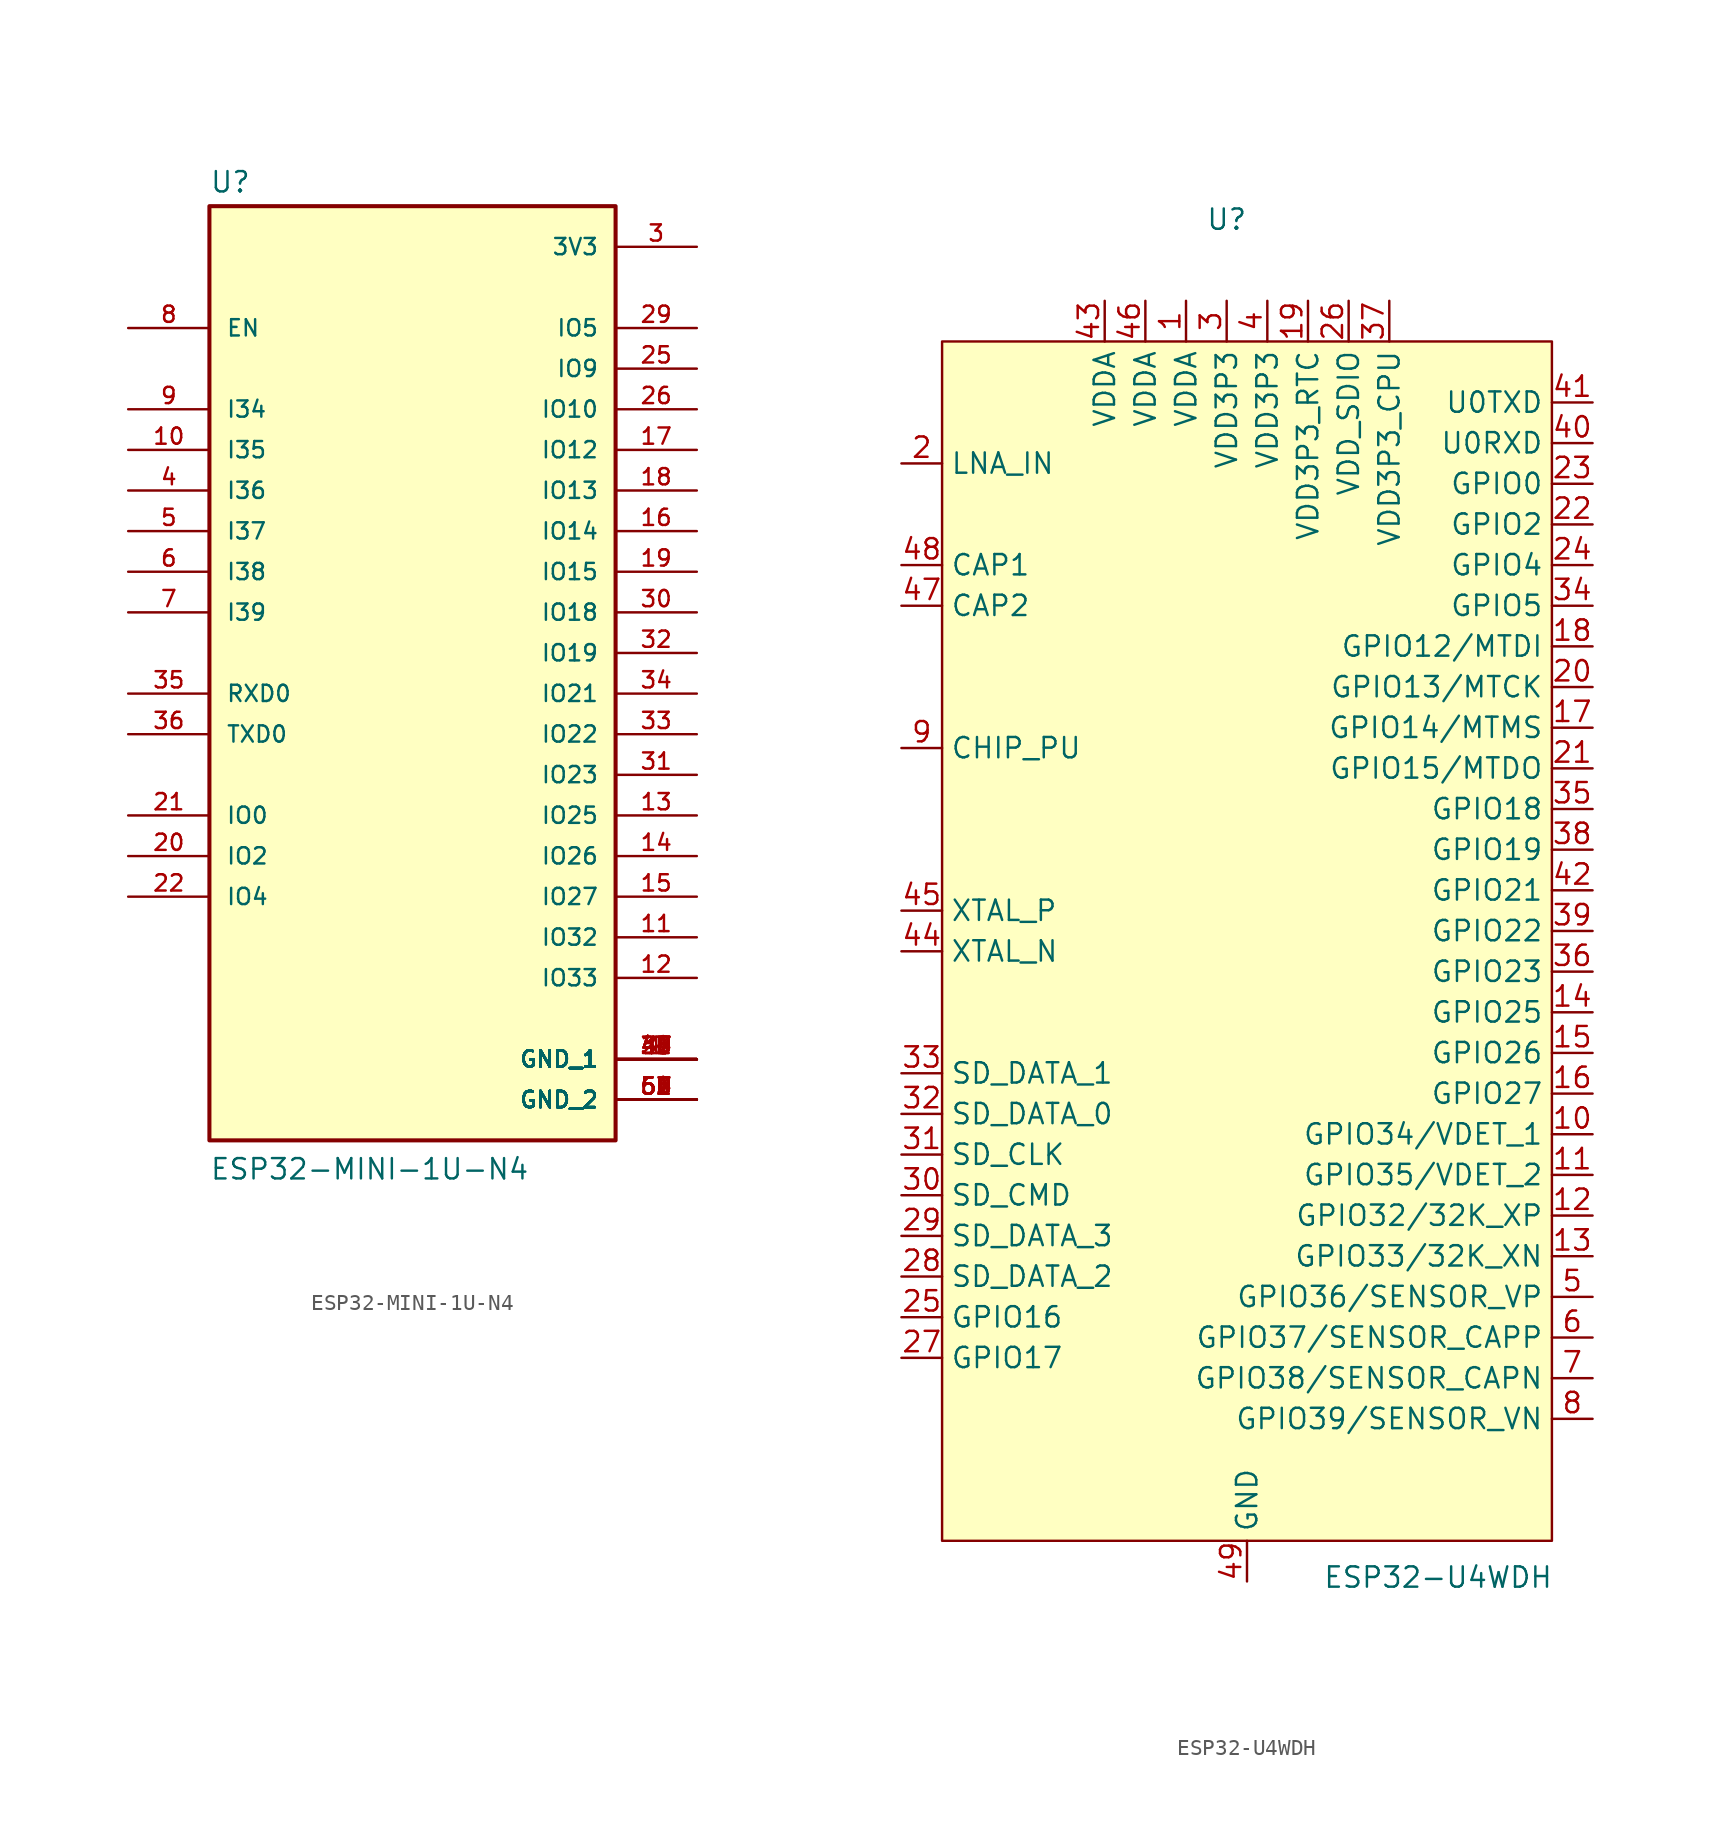
<source format=kicad_sym>
(kicad_symbol_lib
  (version 20231120)
  (generator "kicad_symbol_editor")
  (generator_version "8.0")
  (symbol "ESP32-MINI-1U-N4"
    (pin_names
      (offset 1.016))
    (property "Reference" "U"
      (at -12.7 28.702 0)
      (effects (font (size 1.27 1.27)) (justify left bottom)))
    (property "Value" "ESP32-MINI-1U-N4"
      (at -12.7 -33.02 0)
      (effects (font (size 1.27 1.27)) (justify left bottom)))
    (symbol "ESP32-MINI-1U-N4_0_0"
      (rectangle (start -12.7 -30.48) (end 12.7 27.94) (stroke (width 0.254) (type default)) (fill (type background)))
      (pin power_in line (at 17.78 -25.4 180) (length 5.08) (name "GND_1" (effects (font (size 1.016 1.016)))) (number "1" (effects (font (size 1.016 1.016)))))
      (pin input line (at -17.78 12.7 0) (length 5.08) (name "I35" (effects (font (size 1.016 1.016)))) (number "10" (effects (font (size 1.016 1.016)))))
      (pin bidirectional line (at 17.78 -17.78 180) (length 5.08) (name "IO32" (effects (font (size 1.016 1.016)))) (number "11" (effects (font (size 1.016 1.016)))))
      (pin bidirectional line (at 17.78 -20.32 180) (length 5.08) (name "IO33" (effects (font (size 1.016 1.016)))) (number "12" (effects (font (size 1.016 1.016)))))
      (pin bidirectional line (at 17.78 -10.16 180) (length 5.08) (name "IO25" (effects (font (size 1.016 1.016)))) (number "13" (effects (font (size 1.016 1.016)))))
      (pin bidirectional line (at 17.78 -12.7 180) (length 5.08) (name "IO26" (effects (font (size 1.016 1.016)))) (number "14" (effects (font (size 1.016 1.016)))))
      (pin bidirectional line (at 17.78 -15.24 180) (length 5.08) (name "IO27" (effects (font (size 1.016 1.016)))) (number "15" (effects (font (size 1.016 1.016)))))
      (pin bidirectional line (at 17.78 7.62 180) (length 5.08) (name "IO14" (effects (font (size 1.016 1.016)))) (number "16" (effects (font (size 1.016 1.016)))))
      (pin bidirectional line (at 17.78 12.7 180) (length 5.08) (name "IO12" (effects (font (size 1.016 1.016)))) (number "17" (effects (font (size 1.016 1.016)))))
      (pin bidirectional line (at 17.78 10.16 180) (length 5.08) (name "IO13" (effects (font (size 1.016 1.016)))) (number "18" (effects (font (size 1.016 1.016)))))
      (pin bidirectional line (at 17.78 5.08 180) (length 5.08) (name "IO15" (effects (font (size 1.016 1.016)))) (number "19" (effects (font (size 1.016 1.016)))))
      (pin power_in line (at 17.78 -25.4 180) (length 5.08) (name "GND_1" (effects (font (size 1.016 1.016)))) (number "2" (effects (font (size 1.016 1.016)))))
      (pin bidirectional line (at -17.78 -12.7 0) (length 5.08) (name "IO2" (effects (font (size 1.016 1.016)))) (number "20" (effects (font (size 1.016 1.016)))))
      (pin bidirectional line (at -17.78 -10.16 0) (length 5.08) (name "IO0" (effects (font (size 1.016 1.016)))) (number "21" (effects (font (size 1.016 1.016)))))
      (pin bidirectional line (at -17.78 -15.24 0) (length 5.08) (name "IO4" (effects (font (size 1.016 1.016)))) (number "22" (effects (font (size 1.016 1.016)))))
      (pin bidirectional line (at 17.78 17.78 180) (length 5.08) (name "IO9" (effects (font (size 1.016 1.016)))) (number "25" (effects (font (size 1.016 1.016)))))
      (pin bidirectional line (at 17.78 15.24 180) (length 5.08) (name "IO10" (effects (font (size 1.016 1.016)))) (number "26" (effects (font (size 1.016 1.016)))))
      (pin power_in line (at 17.78 -25.4 180) (length 5.08) (name "GND_1" (effects (font (size 1.016 1.016)))) (number "27" (effects (font (size 1.016 1.016)))))
      (pin bidirectional line (at 17.78 20.32 180) (length 5.08) (name "IO5" (effects (font (size 1.016 1.016)))) (number "29" (effects (font (size 1.016 1.016)))))
      (pin power_in line (at 17.78 25.4 180) (length 5.08) (name "3V3" (effects (font (size 1.016 1.016)))) (number "3" (effects (font (size 1.016 1.016)))))
      (pin bidirectional line (at 17.78 2.54 180) (length 5.08) (name "IO18" (effects (font (size 1.016 1.016)))) (number "30" (effects (font (size 1.016 1.016)))))
      (pin bidirectional line (at 17.78 -7.62 180) (length 5.08) (name "IO23" (effects (font (size 1.016 1.016)))) (number "31" (effects (font (size 1.016 1.016)))))
      (pin bidirectional line (at 17.78 0 180) (length 5.08) (name "IO19" (effects (font (size 1.016 1.016)))) (number "32" (effects (font (size 1.016 1.016)))))
      (pin bidirectional line (at 17.78 -5.08 180) (length 5.08) (name "IO22" (effects (font (size 1.016 1.016)))) (number "33" (effects (font (size 1.016 1.016)))))
      (pin bidirectional line (at 17.78 -2.54 180) (length 5.08) (name "IO21" (effects (font (size 1.016 1.016)))) (number "34" (effects (font (size 1.016 1.016)))))
      (pin bidirectional line (at -17.78 -2.54 0) (length 5.08) (name "RXD0" (effects (font (size 1.016 1.016)))) (number "35" (effects (font (size 1.016 1.016)))))
      (pin bidirectional line (at -17.78 -5.08 0) (length 5.08) (name "TXD0" (effects (font (size 1.016 1.016)))) (number "36" (effects (font (size 1.016 1.016)))))
      (pin power_in line (at 17.78 -25.4 180) (length 5.08) (name "GND_1" (effects (font (size 1.016 1.016)))) (number "38" (effects (font (size 1.016 1.016)))))
      (pin power_in line (at 17.78 -25.4 180) (length 5.08) (name "GND_1" (effects (font (size 1.016 1.016)))) (number "39" (effects (font (size 1.016 1.016)))))
      (pin input line (at -17.78 10.16 0) (length 5.08) (name "I36" (effects (font (size 1.016 1.016)))) (number "4" (effects (font (size 1.016 1.016)))))
      (pin power_in line (at 17.78 -25.4 180) (length 5.08) (name "GND_1" (effects (font (size 1.016 1.016)))) (number "40" (effects (font (size 1.016 1.016)))))
      (pin power_in line (at 17.78 -25.4 180) (length 5.08) (name "GND_1" (effects (font (size 1.016 1.016)))) (number "41" (effects (font (size 1.016 1.016)))))
      (pin power_in line (at 17.78 -25.4 180) (length 5.08) (name "GND_1" (effects (font (size 1.016 1.016)))) (number "42" (effects (font (size 1.016 1.016)))))
      (pin power_in line (at 17.78 -25.4 180) (length 5.08) (name "GND_1" (effects (font (size 1.016 1.016)))) (number "43" (effects (font (size 1.016 1.016)))))
      (pin power_in line (at 17.78 -25.4 180) (length 5.08) (name "GND_1" (effects (font (size 1.016 1.016)))) (number "44" (effects (font (size 1.016 1.016)))))
      (pin power_in line (at 17.78 -25.4 180) (length 5.08) (name "GND_1" (effects (font (size 1.016 1.016)))) (number "45" (effects (font (size 1.016 1.016)))))
      (pin power_in line (at 17.78 -25.4 180) (length 5.08) (name "GND_1" (effects (font (size 1.016 1.016)))) (number "46" (effects (font (size 1.016 1.016)))))
      (pin power_in line (at 17.78 -25.4 180) (length 5.08) (name "GND_1" (effects (font (size 1.016 1.016)))) (number "47" (effects (font (size 1.016 1.016)))))
      (pin power_in line (at 17.78 -25.4 180) (length 5.08) (name "GND_1" (effects (font (size 1.016 1.016)))) (number "48" (effects (font (size 1.016 1.016)))))
      (pin power_in line (at 17.78 -25.4 180) (length 5.08) (name "GND_1" (effects (font (size 1.016 1.016)))) (number "49" (effects (font (size 1.016 1.016)))))
      (pin input line (at -17.78 7.62 0) (length 5.08) (name "I37" (effects (font (size 1.016 1.016)))) (number "5" (effects (font (size 1.016 1.016)))))
      (pin power_in line (at 17.78 -27.94 180) (length 5.08) (name "GND_2" (effects (font (size 1.016 1.016)))) (number "50" (effects (font (size 1.016 1.016)))))
      (pin power_in line (at 17.78 -27.94 180) (length 5.08) (name "GND_2" (effects (font (size 1.016 1.016)))) (number "51" (effects (font (size 1.016 1.016)))))
      (pin power_in line (at 17.78 -27.94 180) (length 5.08) (name "GND_2" (effects (font (size 1.016 1.016)))) (number "52" (effects (font (size 1.016 1.016)))))
      (pin power_in line (at 17.78 -27.94 180) (length 5.08) (name "GND_2" (effects (font (size 1.016 1.016)))) (number "53" (effects (font (size 1.016 1.016)))))
      (pin power_in line (at 17.78 -27.94 180) (length 5.08) (name "GND_2" (effects (font (size 1.016 1.016)))) (number "54" (effects (font (size 1.016 1.016)))))
      (pin power_in line (at 17.78 -27.94 180) (length 5.08) (name "GND_2" (effects (font (size 1.016 1.016)))) (number "55" (effects (font (size 1.016 1.016)))))
      (pin power_in line (at 17.78 -27.94 180) (length 5.08) (name "GND_2" (effects (font (size 1.016 1.016)))) (number "56" (effects (font (size 1.016 1.016)))))
      (pin power_in line (at 17.78 -27.94 180) (length 5.08) (name "GND_2" (effects (font (size 1.016 1.016)))) (number "57" (effects (font (size 1.016 1.016)))))
      (pin power_in line (at 17.78 -27.94 180) (length 5.08) (name "GND_2" (effects (font (size 1.016 1.016)))) (number "58" (effects (font (size 1.016 1.016)))))
      (pin power_in line (at 17.78 -27.94 180) (length 5.08) (name "GND_2" (effects (font (size 1.016 1.016)))) (number "59" (effects (font (size 1.016 1.016)))))
      (pin input line (at -17.78 5.08 0) (length 5.08) (name "I38" (effects (font (size 1.016 1.016)))) (number "6" (effects (font (size 1.016 1.016)))))
      (pin power_in line (at 17.78 -27.94 180) (length 5.08) (name "GND_2" (effects (font (size 1.016 1.016)))) (number "60" (effects (font (size 1.016 1.016)))))
      (pin power_in line (at 17.78 -27.94 180) (length 5.08) (name "GND_2" (effects (font (size 1.016 1.016)))) (number "61" (effects (font (size 1.016 1.016)))))
      (pin power_in line (at 17.78 -27.94 180) (length 5.08) (name "GND_2" (effects (font (size 1.016 1.016)))) (number "62" (effects (font (size 1.016 1.016)))))
      (pin input line (at -17.78 2.54 0) (length 5.08) (name "I39" (effects (font (size 1.016 1.016)))) (number "7" (effects (font (size 1.016 1.016)))))
      (pin input line (at -17.78 20.32 0) (length 5.08) (name "EN" (effects (font (size 1.016 1.016)))) (number "8" (effects (font (size 1.016 1.016)))))
      (pin input line (at -17.78 15.24 0) (length 5.08) (name "I34" (effects (font (size 1.016 1.016)))) (number "9" (effects (font (size 1.016 1.016))))))
    (symbol "ESP32-MINI-1U-N4_1_0"
      (pin no_connect line (at -17.78 -22.86 0) (length 5.08) hide (name "NC" (effects (font (size 1.016 1.016)))) (number "23" (effects (font (size 1.016 1.016)))))
      (pin no_connect line (at -17.78 -25.4 0) (length 5.08) hide (name "NC" (effects (font (size 1.016 1.016)))) (number "24" (effects (font (size 1.016 1.016)))))
      (pin no_connect line (at -17.78 -27.94 0) (length 5.08) hide (name "NC" (effects (font (size 1.016 1.016)))) (number "28" (effects (font (size 1.016 1.016)))))
      (pin no_connect line (at -17.78 -20.32 0) (length 5.08) hide (name "NC" (effects (font (size 1.016 1.016)))) (number "37" (effects (font (size 1.016 1.016)))))))
  (symbol "ESP32-U4WDH"
    (property "Reference" "U"
      (at 0 39.37 0)
      (effects (font (size 1.27 1.27))))
    (property "Value" "ESP32-U4WDH"
      (at 13.208 -45.466 0)
      (effects (font (size 1.27 1.27))))
    (symbol "ESP32-U4WDH_0_1"
      (rectangle (start -17.78 31.75) (end 20.32 -43.18) (stroke (width 0) (type default)) (fill (type background)))
      (pin unspecified line (at -2.54 34.29 270) (length 2.54) (name "VDDA" (effects (font (size 1.27 1.27)))) (number "1" (effects (font (size 1.27 1.27)))))
      (pin unspecified line (at 22.86 -10.16 180) (length 2.54) (name "GPIO25" (effects (font (size 1.27 1.27)))) (number "14" (effects (font (size 1.27 1.27)))))
      (pin unspecified line (at 22.86 -12.7 180) (length 2.54) (name "GPIO26" (effects (font (size 1.27 1.27)))) (number "15" (effects (font (size 1.27 1.27)))))
      (pin unspecified line (at 22.86 -15.24 180) (length 2.54) (name "GPIO27" (effects (font (size 1.27 1.27)))) (number "16" (effects (font (size 1.27 1.27)))))
      (pin unspecified line (at 5.08 34.29 270) (length 2.54) (name "VDD3P3_RTC" (effects (font (size 1.27 1.27)))) (number "19" (effects (font (size 1.27 1.27)))))
      (pin unspecified line (at -20.32 24.13 0) (length 2.54) (name "LNA_IN" (effects (font (size 1.27 1.27)))) (number "2" (effects (font (size 1.27 1.27)))))
      (pin unspecified line (at 22.86 20.32 180) (length 2.54) (name "GPIO2" (effects (font (size 1.27 1.27)))) (number "22" (effects (font (size 1.27 1.27)))))
      (pin unspecified line (at 22.86 22.86 180) (length 2.54) (name "GPIO0" (effects (font (size 1.27 1.27)))) (number "23" (effects (font (size 1.27 1.27)))))
      (pin unspecified line (at 22.86 17.78 180) (length 2.54) (name "GPIO4" (effects (font (size 1.27 1.27)))) (number "24" (effects (font (size 1.27 1.27)))))
      (pin unspecified line (at -20.32 -29.21 0) (length 2.54) (name "GPIO16" (effects (font (size 1.27 1.27)))) (number "25" (effects (font (size 1.27 1.27)))))
      (pin unspecified line (at 7.62 34.29 270) (length 2.54) (name "VDD_SDIO" (effects (font (size 1.27 1.27)))) (number "26" (effects (font (size 1.27 1.27)))))
      (pin unspecified line (at -20.32 -31.75 0) (length 2.54) (name "GPIO17" (effects (font (size 1.27 1.27)))) (number "27" (effects (font (size 1.27 1.27)))))
      (pin unspecified line (at -20.32 -26.67 0) (length 2.54) (name "SD_DATA_2" (effects (font (size 1.27 1.27)))) (number "28" (effects (font (size 1.27 1.27)))))
      (pin unspecified line (at -20.32 -24.13 0) (length 2.54) (name "SD_DATA_3" (effects (font (size 1.27 1.27)))) (number "29" (effects (font (size 1.27 1.27)))))
      (pin unspecified line (at 0 34.29 270) (length 2.54) (name "VDD3P3" (effects (font (size 1.27 1.27)))) (number "3" (effects (font (size 1.27 1.27)))))
      (pin unspecified line (at -20.32 -21.59 0) (length 2.54) (name "SD_CMD" (effects (font (size 1.27 1.27)))) (number "30" (effects (font (size 1.27 1.27)))))
      (pin unspecified line (at -20.32 -19.05 0) (length 2.54) (name "SD_CLK" (effects (font (size 1.27 1.27)))) (number "31" (effects (font (size 1.27 1.27)))))
      (pin unspecified line (at -20.32 -16.51 0) (length 2.54) (name "SD_DATA_0" (effects (font (size 1.27 1.27)))) (number "32" (effects (font (size 1.27 1.27)))))
      (pin unspecified line (at -20.32 -13.97 0) (length 2.54) (name "SD_DATA_1" (effects (font (size 1.27 1.27)))) (number "33" (effects (font (size 1.27 1.27)))))
      (pin unspecified line (at 22.86 15.24 180) (length 2.54) (name "GPIO5" (effects (font (size 1.27 1.27)))) (number "34" (effects (font (size 1.27 1.27)))))
      (pin unspecified line (at 22.86 2.54 180) (length 2.54) (name "GPIO18" (effects (font (size 1.27 1.27)))) (number "35" (effects (font (size 1.27 1.27)))))
      (pin unspecified line (at 22.86 -7.62 180) (length 2.54) (name "GPIO23" (effects (font (size 1.27 1.27)))) (number "36" (effects (font (size 1.27 1.27)))))
      (pin unspecified line (at 10.16 34.29 270) (length 2.54) (name "VDD3P3_CPU" (effects (font (size 1.27 1.27)))) (number "37" (effects (font (size 1.27 1.27)))))
      (pin unspecified line (at 22.86 0 180) (length 2.54) (name "GPIO19" (effects (font (size 1.27 1.27)))) (number "38" (effects (font (size 1.27 1.27)))))
      (pin unspecified line (at 22.86 -5.08 180) (length 2.54) (name "GPIO22" (effects (font (size 1.27 1.27)))) (number "39" (effects (font (size 1.27 1.27)))))
      (pin unspecified line (at 2.54 34.29 270) (length 2.54) (name "VDD3P3" (effects (font (size 1.27 1.27)))) (number "4" (effects (font (size 1.27 1.27)))))
      (pin unspecified line (at 22.86 25.4 180) (length 2.54) (name "U0RXD" (effects (font (size 1.27 1.27)))) (number "40" (effects (font (size 1.27 1.27)))))
      (pin unspecified line (at 22.86 27.94 180) (length 2.54) (name "U0TXD" (effects (font (size 1.27 1.27)))) (number "41" (effects (font (size 1.27 1.27)))))
      (pin unspecified line (at 22.86 -2.54 180) (length 2.54) (name "GPIO21" (effects (font (size 1.27 1.27)))) (number "42" (effects (font (size 1.27 1.27)))))
      (pin unspecified line (at -7.62 34.29 270) (length 2.54) (name "VDDA" (effects (font (size 1.27 1.27)))) (number "43" (effects (font (size 1.27 1.27)))))
      (pin unspecified line (at -20.32 -6.35 0) (length 2.54) (name "XTAL_N" (effects (font (size 1.27 1.27)))) (number "44" (effects (font (size 1.27 1.27)))))
      (pin unspecified line (at -20.32 -3.81 0) (length 2.54) (name "XTAL_P" (effects (font (size 1.27 1.27)))) (number "45" (effects (font (size 1.27 1.27)))))
      (pin unspecified line (at -5.08 34.29 270) (length 2.54) (name "VDDA" (effects (font (size 1.27 1.27)))) (number "46" (effects (font (size 1.27 1.27)))))
      (pin unspecified line (at -20.32 15.24 0) (length 2.54) (name "CAP2" (effects (font (size 1.27 1.27)))) (number "47" (effects (font (size 1.27 1.27)))))
      (pin unspecified line (at -20.32 17.78 0) (length 2.54) (name "CAP1" (effects (font (size 1.27 1.27)))) (number "48" (effects (font (size 1.27 1.27)))))
      (pin unspecified line (at 1.27 -45.72 90) (length 2.54) (name "GND" (effects (font (size 1.27 1.27)))) (number "49" (effects (font (size 1.27 1.27)))))
      (pin unspecified line (at -20.32 6.35 0) (length 2.54) (name "CHIP_PU" (effects (font (size 1.27 1.27)))) (number "9" (effects (font (size 1.27 1.27))))))
    (symbol "ESP32-U4WDH_1_1"
      (pin unspecified line (at 22.86 -17.78 180) (length 2.54) (name "GPIO34/VDET_1" (effects (font (size 1.27 1.27)))) (number "10" (effects (font (size 1.27 1.27)))))
      (pin unspecified line (at 22.86 -20.32 180) (length 2.54) (name "GPIO35/VDET_2" (effects (font (size 1.27 1.27)))) (number "11" (effects (font (size 1.27 1.27)))))
      (pin unspecified line (at 22.86 -22.86 180) (length 2.54) (name "GPIO32/32K_XP" (effects (font (size 1.27 1.27)))) (number "12" (effects (font (size 1.27 1.27)))))
      (pin unspecified line (at 22.86 -25.4 180) (length 2.54) (name "GPIO33/32K_XN" (effects (font (size 1.27 1.27)))) (number "13" (effects (font (size 1.27 1.27)))))
      (pin unspecified line (at 22.86 7.62 180) (length 2.54) (name "GPIO14/MTMS" (effects (font (size 1.27 1.27)))) (number "17" (effects (font (size 1.27 1.27)))))
      (pin unspecified line (at 22.86 12.7 180) (length 2.54) (name "GPIO12/MTDI" (effects (font (size 1.27 1.27)))) (number "18" (effects (font (size 1.27 1.27)))))
      (pin unspecified line (at 22.86 10.16 180) (length 2.54) (name "GPIO13/MTCK" (effects (font (size 1.27 1.27)))) (number "20" (effects (font (size 1.27 1.27)))))
      (pin unspecified line (at 22.86 5.08 180) (length 2.54) (name "GPIO15/MTDO" (effects (font (size 1.27 1.27)))) (number "21" (effects (font (size 1.27 1.27)))))
      (pin unspecified line (at 22.86 -27.94 180) (length 2.54) (name "GPIO36/SENSOR_VP" (effects (font (size 1.27 1.27)))) (number "5" (effects (font (size 1.27 1.27)))))
      (pin unspecified line (at 22.86 -30.48 180) (length 2.54) (name "GPIO37/SENSOR_CAPP" (effects (font (size 1.27 1.27)))) (number "6" (effects (font (size 1.27 1.27)))))
      (pin unspecified line (at 22.86 -33.02 180) (length 2.54) (name "GPIO38/SENSOR_CAPN" (effects (font (size 1.27 1.27)))) (number "7" (effects (font (size 1.27 1.27)))))
      (pin unspecified line (at 22.86 -35.56 180) (length 2.54) (name "GPIO39/SENSOR_VN" (effects (font (size 1.27 1.27)))) (number "8" (effects (font (size 1.27 1.27))))))))
</source>
